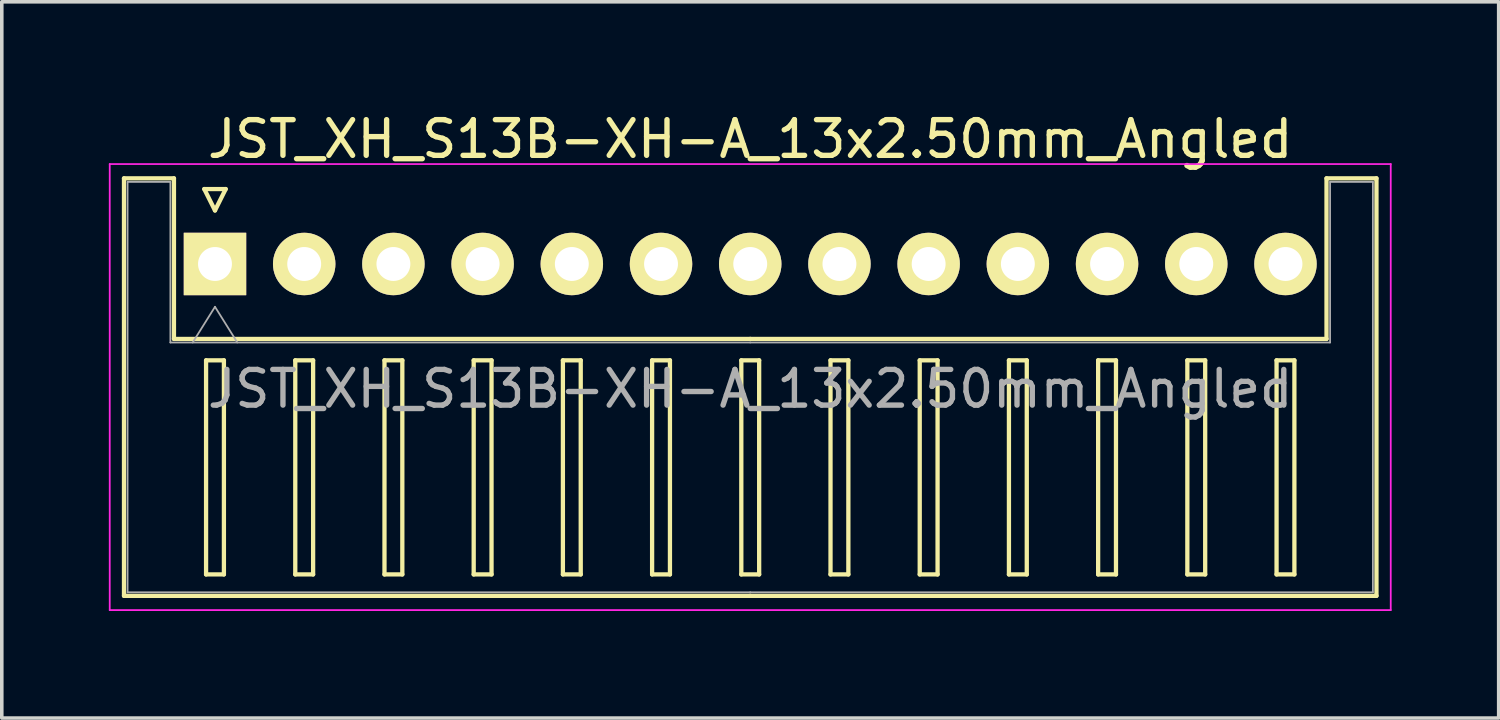
<source format=kicad_pcb>
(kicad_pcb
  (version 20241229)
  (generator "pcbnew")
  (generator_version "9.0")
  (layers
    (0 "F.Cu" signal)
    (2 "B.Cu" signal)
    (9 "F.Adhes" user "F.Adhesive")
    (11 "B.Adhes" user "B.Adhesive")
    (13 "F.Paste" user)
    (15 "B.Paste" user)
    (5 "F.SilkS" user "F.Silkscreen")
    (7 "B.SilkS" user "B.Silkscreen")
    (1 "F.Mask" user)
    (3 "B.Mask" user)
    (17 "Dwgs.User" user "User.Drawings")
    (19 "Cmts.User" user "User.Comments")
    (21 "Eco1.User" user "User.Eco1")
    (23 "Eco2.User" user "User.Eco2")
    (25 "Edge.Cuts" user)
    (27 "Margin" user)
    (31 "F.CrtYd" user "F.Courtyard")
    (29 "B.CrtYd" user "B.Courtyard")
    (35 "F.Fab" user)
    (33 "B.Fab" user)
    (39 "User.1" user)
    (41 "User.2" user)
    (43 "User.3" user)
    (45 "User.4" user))
  (footprint "JST_XH_S13B-XH-A_13x2.50mm_Angled"
    (layer "F.Cu")
    (at 2.975 4.348)
    (property "Reference" "JST_XH_S13B-XH-A_13x2.50mm_Angled" (at 15 3.5 0) (layer "F.Fab") (effects (font (size 1 1) (thickness 0.15))))
    (attr through_hole)
    (fp_line (start -2.55 -2.4) (end -1.15 -2.4) (stroke (width 0.12) (type solid)) (layer "F.SilkS"))
    (fp_line (start -2.55 9.3) (end -2.55 -2.4) (stroke (width 0.12) (type solid)) (layer "F.SilkS"))
    (fp_line (start -1.15 -2.4) (end -1.15 2.1) (stroke (width 0.12) (type solid)) (layer "F.SilkS"))
    (fp_line (start -1.15 2.1) (end 15 2.1) (stroke (width 0.12) (type solid)) (layer "F.SilkS"))
    (fp_line (start -0.3 -2.1) (end 0.3 -2.1) (stroke (width 0.12) (type solid)) (layer "F.SilkS"))
    (fp_line (start -0.25 2.7) (end -0.25 8.7) (stroke (width 0.12) (type solid)) (layer "F.SilkS"))
    (fp_line (start -0.25 8.7) (end 0.25 8.7) (stroke (width 0.12) (type solid)) (layer "F.SilkS"))
    (fp_line (start 0 -1.5) (end -0.3 -2.1) (stroke (width 0.12) (type solid)) (layer "F.SilkS"))
    (fp_line (start 0.25 2.7) (end -0.25 2.7) (stroke (width 0.12) (type solid)) (layer "F.SilkS"))
    (fp_line (start 0.25 8.7) (end 0.25 2.7) (stroke (width 0.12) (type solid)) (layer "F.SilkS"))
    (fp_line (start 0.3 -2.1) (end 0 -1.5) (stroke (width 0.12) (type solid)) (layer "F.SilkS"))
    (fp_line (start 2.25 2.7) (end 2.25 8.7) (stroke (width 0.12) (type solid)) (layer "F.SilkS"))
    (fp_line (start 2.25 8.7) (end 2.75 8.7) (stroke (width 0.12) (type solid)) (layer "F.SilkS"))
    (fp_line (start 2.75 2.7) (end 2.25 2.7) (stroke (width 0.12) (type solid)) (layer "F.SilkS"))
    (fp_line (start 2.75 8.7) (end 2.75 2.7) (stroke (width 0.12) (type solid)) (layer "F.SilkS"))
    (fp_line (start 4.75 2.7) (end 4.75 8.7) (stroke (width 0.12) (type solid)) (layer "F.SilkS"))
    (fp_line (start 4.75 8.7) (end 5.25 8.7) (stroke (width 0.12) (type solid)) (layer "F.SilkS"))
    (fp_line (start 5.25 2.7) (end 4.75 2.7) (stroke (width 0.12) (type solid)) (layer "F.SilkS"))
    (fp_line (start 5.25 8.7) (end 5.25 2.7) (stroke (width 0.12) (type solid)) (layer "F.SilkS"))
    (fp_line (start 7.25 2.7) (end 7.25 8.7) (stroke (width 0.12) (type solid)) (layer "F.SilkS"))
    (fp_line (start 7.25 8.7) (end 7.75 8.7) (stroke (width 0.12) (type solid)) (layer "F.SilkS"))
    (fp_line (start 7.75 2.7) (end 7.25 2.7) (stroke (width 0.12) (type solid)) (layer "F.SilkS"))
    (fp_line (start 7.75 8.7) (end 7.75 2.7) (stroke (width 0.12) (type solid)) (layer "F.SilkS"))
    (fp_line (start 9.75 2.7) (end 9.75 8.7) (stroke (width 0.12) (type solid)) (layer "F.SilkS"))
    (fp_line (start 9.75 8.7) (end 10.25 8.7) (stroke (width 0.12) (type solid)) (layer "F.SilkS"))
    (fp_line (start 10.25 2.7) (end 9.75 2.7) (stroke (width 0.12) (type solid)) (layer "F.SilkS"))
    (fp_line (start 10.25 8.7) (end 10.25 2.7) (stroke (width 0.12) (type solid)) (layer "F.SilkS"))
    (fp_line (start 12.25 2.7) (end 12.25 8.7) (stroke (width 0.12) (type solid)) (layer "F.SilkS"))
    (fp_line (start 12.25 8.7) (end 12.75 8.7) (stroke (width 0.12) (type solid)) (layer "F.SilkS"))
    (fp_line (start 12.75 2.7) (end 12.25 2.7) (stroke (width 0.12) (type solid)) (layer "F.SilkS"))
    (fp_line (start 12.75 8.7) (end 12.75 2.7) (stroke (width 0.12) (type solid)) (layer "F.SilkS"))
    (fp_line (start 14.75 2.7) (end 14.75 8.7) (stroke (width 0.12) (type solid)) (layer "F.SilkS"))
    (fp_line (start 14.75 8.7) (end 15.25 8.7) (stroke (width 0.12) (type solid)) (layer "F.SilkS"))
    (fp_line (start 15 9.3) (end -2.55 9.3) (stroke (width 0.12) (type solid)) (layer "F.SilkS"))
    (fp_line (start 15 9.3) (end 32.55 9.3) (stroke (width 0.12) (type solid)) (layer "F.SilkS"))
    (fp_line (start 15.25 2.7) (end 14.75 2.7) (stroke (width 0.12) (type solid)) (layer "F.SilkS"))
    (fp_line (start 15.25 8.7) (end 15.25 2.7) (stroke (width 0.12) (type solid)) (layer "F.SilkS"))
    (fp_line (start 17.25 2.7) (end 17.25 8.7) (stroke (width 0.12) (type solid)) (layer "F.SilkS"))
    (fp_line (start 17.25 8.7) (end 17.75 8.7) (stroke (width 0.12) (type solid)) (layer "F.SilkS"))
    (fp_line (start 17.75 2.7) (end 17.25 2.7) (stroke (width 0.12) (type solid)) (layer "F.SilkS"))
    (fp_line (start 17.75 8.7) (end 17.75 2.7) (stroke (width 0.12) (type solid)) (layer "F.SilkS"))
    (fp_line (start 19.75 2.7) (end 19.75 8.7) (stroke (width 0.12) (type solid)) (layer "F.SilkS"))
    (fp_line (start 19.75 8.7) (end 20.25 8.7) (stroke (width 0.12) (type solid)) (layer "F.SilkS"))
    (fp_line (start 20.25 2.7) (end 19.75 2.7) (stroke (width 0.12) (type solid)) (layer "F.SilkS"))
    (fp_line (start 20.25 8.7) (end 20.25 2.7) (stroke (width 0.12) (type solid)) (layer "F.SilkS"))
    (fp_line (start 22.25 2.7) (end 22.25 8.7) (stroke (width 0.12) (type solid)) (layer "F.SilkS"))
    (fp_line (start 22.25 8.7) (end 22.75 8.7) (stroke (width 0.12) (type solid)) (layer "F.SilkS"))
    (fp_line (start 22.75 2.7) (end 22.25 2.7) (stroke (width 0.12) (type solid)) (layer "F.SilkS"))
    (fp_line (start 22.75 8.7) (end 22.75 2.7) (stroke (width 0.12) (type solid)) (layer "F.SilkS"))
    (fp_line (start 24.75 2.7) (end 24.75 8.7) (stroke (width 0.12) (type solid)) (layer "F.SilkS"))
    (fp_line (start 24.75 8.7) (end 25.25 8.7) (stroke (width 0.12) (type solid)) (layer "F.SilkS"))
    (fp_line (start 25.25 2.7) (end 24.75 2.7) (stroke (width 0.12) (type solid)) (layer "F.SilkS"))
    (fp_line (start 25.25 8.7) (end 25.25 2.7) (stroke (width 0.12) (type solid)) (layer "F.SilkS"))
    (fp_line (start 27.25 2.7) (end 27.25 8.7) (stroke (width 0.12) (type solid)) (layer "F.SilkS"))
    (fp_line (start 27.25 8.7) (end 27.75 8.7) (stroke (width 0.12) (type solid)) (layer "F.SilkS"))
    (fp_line (start 27.75 2.7) (end 27.25 2.7) (stroke (width 0.12) (type solid)) (layer "F.SilkS"))
    (fp_line (start 27.75 8.7) (end 27.75 2.7) (stroke (width 0.12) (type solid)) (layer "F.SilkS"))
    (fp_line (start 29.75 2.7) (end 29.75 8.7) (stroke (width 0.12) (type solid)) (layer "F.SilkS"))
    (fp_line (start 29.75 8.7) (end 30.25 8.7) (stroke (width 0.12) (type solid)) (layer "F.SilkS"))
    (fp_line (start 30.25 2.7) (end 29.75 2.7) (stroke (width 0.12) (type solid)) (layer "F.SilkS"))
    (fp_line (start 30.25 8.7) (end 30.25 2.7) (stroke (width 0.12) (type solid)) (layer "F.SilkS"))
    (fp_line (start 31.15 -2.4) (end 31.15 2.1) (stroke (width 0.12) (type solid)) (layer "F.SilkS"))
    (fp_line (start 31.15 2.1) (end 15 2.1) (stroke (width 0.12) (type solid)) (layer "F.SilkS"))
    (fp_line (start 32.55 -2.4) (end 31.15 -2.4) (stroke (width 0.12) (type solid)) (layer "F.SilkS"))
    (fp_line (start 32.55 9.3) (end 32.55 -2.4) (stroke (width 0.12) (type solid)) (layer "F.SilkS"))
    (fp_line (start -2.95 -2.8) (end -2.95 9.7) (stroke (width 0.05) (type solid)) (layer "F.CrtYd"))
    (fp_line (start -2.95 9.7) (end 32.95 9.7) (stroke (width 0.05) (type solid)) (layer "F.CrtYd"))
    (fp_line (start 32.95 -2.8) (end -2.95 -2.8) (stroke (width 0.05) (type solid)) (layer "F.CrtYd"))
    (fp_line (start 32.95 9.7) (end 32.95 -2.8) (stroke (width 0.05) (type solid)) (layer "F.CrtYd"))
    (fp_line (start -2.45 -2.3) (end -1.25 -2.3) (stroke (width 0.05) (type solid)) (layer "F.Fab"))
    (fp_line (start -2.45 9.2) (end -2.45 -2.3) (stroke (width 0.05) (type solid)) (layer "F.Fab"))
    (fp_line (start -1.25 -2.3) (end -1.25 2.2) (stroke (width 0.05) (type solid)) (layer "F.Fab"))
    (fp_line (start -1.25 2.2) (end 15 2.2) (stroke (width 0.05) (type solid)) (layer "F.Fab"))
    (fp_line (start -0.625 2.2) (end 0 1.2) (stroke (width 0.05) (type solid)) (layer "F.Fab"))
    (fp_line (start 0 1.2) (end 0.625 2.2) (stroke (width 0.05) (type solid)) (layer "F.Fab"))
    (fp_line (start 15 9.2) (end -2.45 9.2) (stroke (width 0.05) (type solid)) (layer "F.Fab"))
    (fp_line (start 15 9.2) (end 32.45 9.2) (stroke (width 0.05) (type solid)) (layer "F.Fab"))
    (fp_line (start 31.25 -2.3) (end 31.25 2.2) (stroke (width 0.05) (type solid)) (layer "F.Fab"))
    (fp_line (start 31.25 2.2) (end 15 2.2) (stroke (width 0.05) (type solid)) (layer "F.Fab"))
    (fp_line (start 32.45 -2.3) (end 31.25 -2.3) (stroke (width 0.05) (type solid)) (layer "F.Fab"))
    (fp_line (start 32.45 9.2) (end 32.45 -2.3) (stroke (width 0.05) (type solid)) (layer "F.Fab"))
    (fp_text user "${REFERENCE}" (at 15 -3.5 0) (layer "F.SilkS") (effects (font (size 1 1) (thickness 0.15))))
    (pad "1" thru_hole rect (at 0 0) (size 1.75 1.75) (drill 0.95) (layers "*.Cu" "*.Mask" "F.SilkS"))
    (pad "2" thru_hole circle (at 2.5 0) (size 1.75 1.75) (drill 0.95) (layers "*.Cu" "*.Mask" "F.SilkS"))
    (pad "3" thru_hole circle (at 5 0) (size 1.75 1.75) (drill 0.95) (layers "*.Cu" "*.Mask" "F.SilkS"))
    (pad "4" thru_hole circle (at 7.5 0) (size 1.75 1.75) (drill 0.95) (layers "*.Cu" "*.Mask" "F.SilkS"))
    (pad "5" thru_hole circle (at 10 0) (size 1.75 1.75) (drill 0.95) (layers "*.Cu" "*.Mask" "F.SilkS"))
    (pad "6" thru_hole circle (at 12.5 0) (size 1.75 1.75) (drill 0.95) (layers "*.Cu" "*.Mask" "F.SilkS"))
    (pad "7" thru_hole circle (at 15 0) (size 1.75 1.75) (drill 0.95) (layers "*.Cu" "*.Mask" "F.SilkS"))
    (pad "8" thru_hole circle (at 17.5 0) (size 1.75 1.75) (drill 0.95) (layers "*.Cu" "*.Mask" "F.SilkS"))
    (pad "9" thru_hole circle (at 20 0) (size 1.75 1.75) (drill 0.95) (layers "*.Cu" "*.Mask" "F.SilkS"))
    (pad "10" thru_hole circle (at 22.5 0) (size 1.75 1.75) (drill 0.95) (layers "*.Cu" "*.Mask" "F.SilkS"))
    (pad "11" thru_hole circle (at 25 0) (size 1.75 1.75) (drill 0.95) (layers "*.Cu" "*.Mask" "F.SilkS"))
    (pad "12" thru_hole circle (at 27.5 0) (size 1.75 1.75) (drill 0.95) (layers "*.Cu" "*.Mask" "F.SilkS"))
    (pad "13" thru_hole circle (at 30 0) (size 1.75 1.75) (drill 0.95) (layers "*.Cu" "*.Mask" "F.SilkS")))
  (gr_rect
    (start -3 -3)
    (end 38.95 17.073)
    (stroke (width 0.1) (type default))
    (fill no)
    (layer "Edge.Cuts")))
</source>
